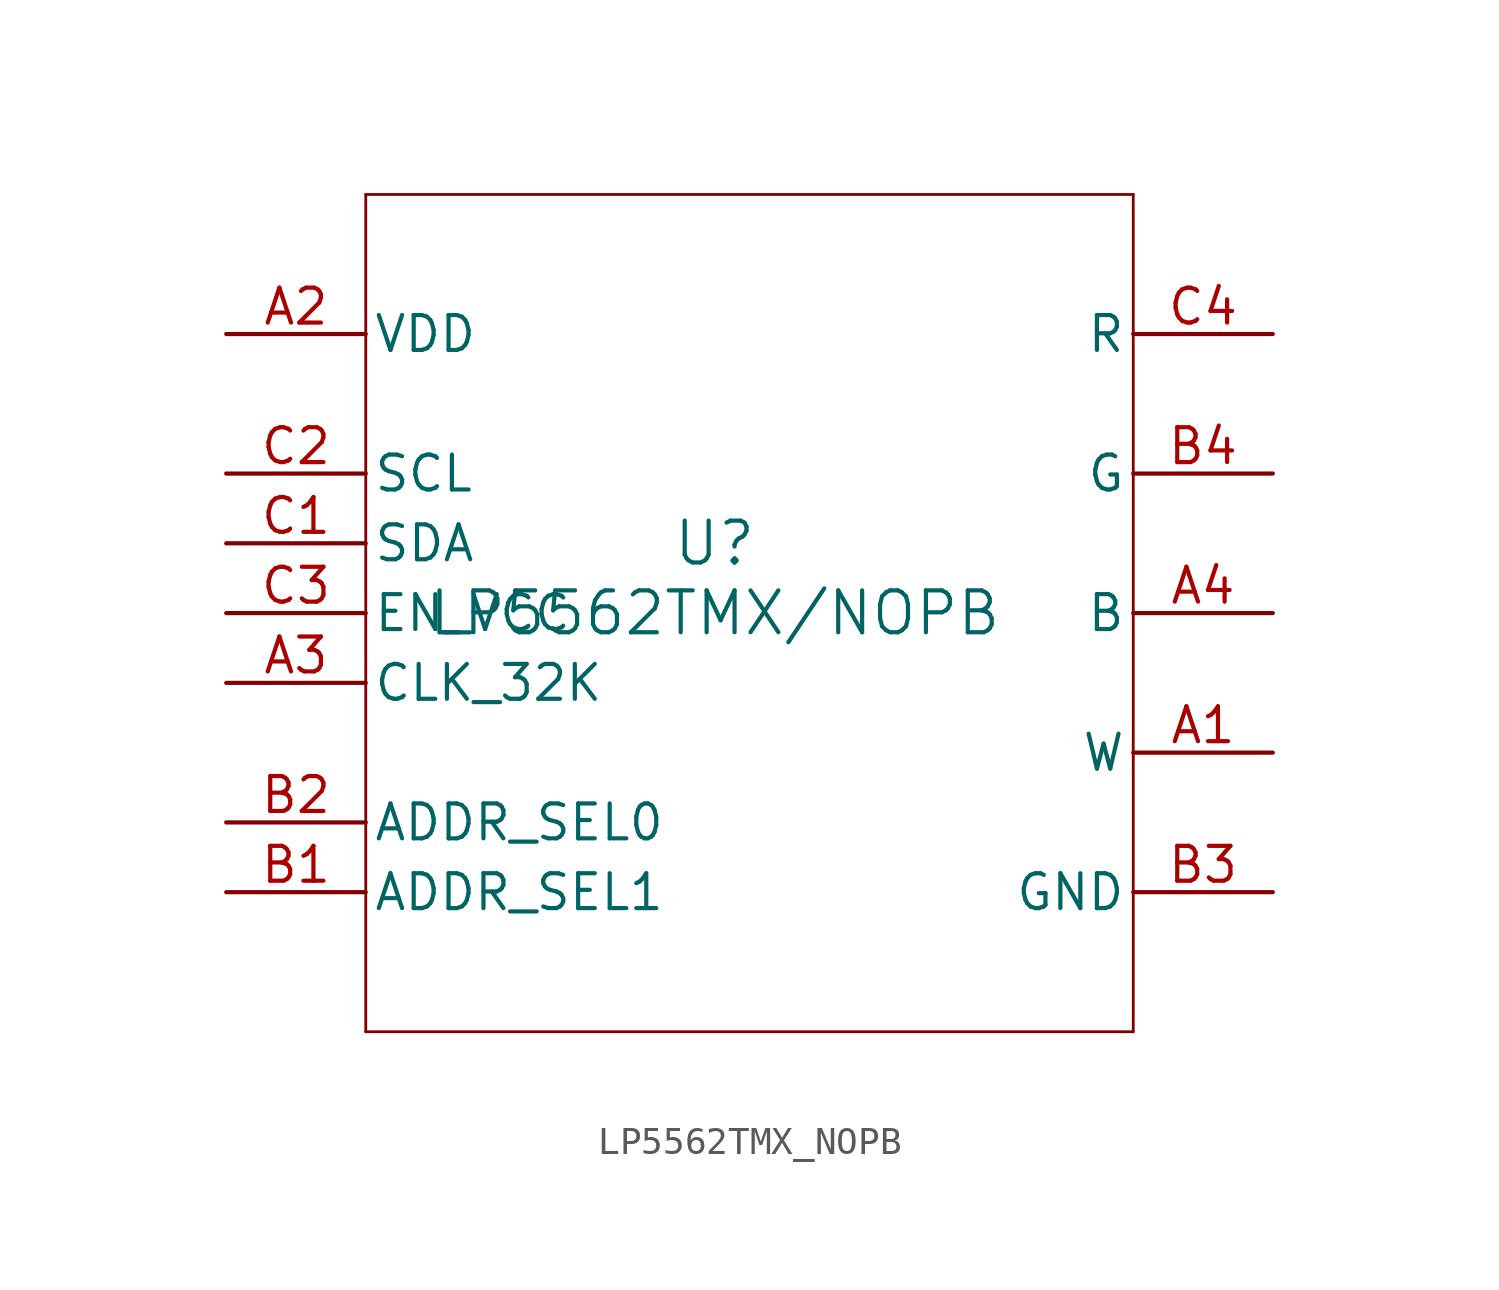
<source format=kicad_sym>
(kicad_symbol_lib
  (version 20211014)
  (generator kicad_symbol_editor)
  (symbol "LP5562TMX_NOPB"
    (pin_names
      (offset 0.254))
    (property "Reference" "U"
      (at 0 2.54 0)
      (effects (font (size 1.524 1.524))))
    (property "Value" "LP5562TMX/NOPB"
      (at 0 0 0)
      (effects (font (size 1.524 1.524))))
    (symbol "LP5562TMX_NOPB_0_1"
      (polyline (pts (xy -12.7 -15.24) (xy 15.24 -15.24)) (stroke (width 0.102) (type default) (color 0 0 0 0)) (fill (type none)))
      (polyline (pts (xy 15.24 -15.24) (xy 15.24 15.24)) (stroke (width 0.102) (type default) (color 0 0 0 0)) (fill (type none)))
      (polyline (pts (xy 15.24 15.24) (xy -12.7 15.24)) (stroke (width 0.102) (type default) (color 0 0 0 0)) (fill (type none)))
      (polyline (pts (xy -12.7 15.24) (xy -12.7 -15.24)) (stroke (width 0.102) (type default) (color 0 0 0 0)) (fill (type none)))
      (pin output line (at 20.32 -5.08 180) (length 5.08) (name "W" (effects (font (size 1.27 1.27)))) (number "A1" (effects (font (size 1.27 1.27)))))
      (pin power_in line (at -17.78 10.16 0) (length 5.08) (name "VDD" (effects (font (size 1.27 1.27)))) (number "A2" (effects (font (size 1.27 1.27)))))
      (pin input line (at -17.78 -2.54 0) (length 5.08) (name "CLK_32K" (effects (font (size 1.27 1.27)))) (number "A3" (effects (font (size 1.27 1.27)))))
      (pin output line (at 20.32 0 180) (length 5.08) (name "B" (effects (font (size 1.27 1.27)))) (number "A4" (effects (font (size 1.27 1.27)))))
      (pin input line (at -17.78 -10.16 0) (length 5.08) (name "ADDR_SEL1" (effects (font (size 1.27 1.27)))) (number "B1" (effects (font (size 1.27 1.27)))))
      (pin input line (at -17.78 -7.62 0) (length 5.08) (name "ADDR_SEL0" (effects (font (size 1.27 1.27)))) (number "B2" (effects (font (size 1.27 1.27)))))
      (pin power_in line (at 20.32 -10.16 180) (length 5.08) (name "GND" (effects (font (size 1.27 1.27)))) (number "B3" (effects (font (size 1.27 1.27)))))
      (pin output line (at 20.32 5.08 180) (length 5.08) (name "G" (effects (font (size 1.27 1.27)))) (number "B4" (effects (font (size 1.27 1.27)))))
      (pin bidirectional line (at -17.78 2.54 0) (length 5.08) (name "SDA" (effects (font (size 1.27 1.27)))) (number "C1" (effects (font (size 1.27 1.27)))))
      (pin input line (at -17.78 5.08 0) (length 5.08) (name "SCL" (effects (font (size 1.27 1.27)))) (number "C2" (effects (font (size 1.27 1.27)))))
      (pin input line (at -17.78 0 0) (length 5.08) (name "EN_VCC" (effects (font (size 1.27 1.27)))) (number "C3" (effects (font (size 1.27 1.27)))))
      (pin output line (at 20.32 10.16 180) (length 5.08) (name "R" (effects (font (size 1.27 1.27)))) (number "C4" (effects (font (size 1.27 1.27))))))))
</source>
